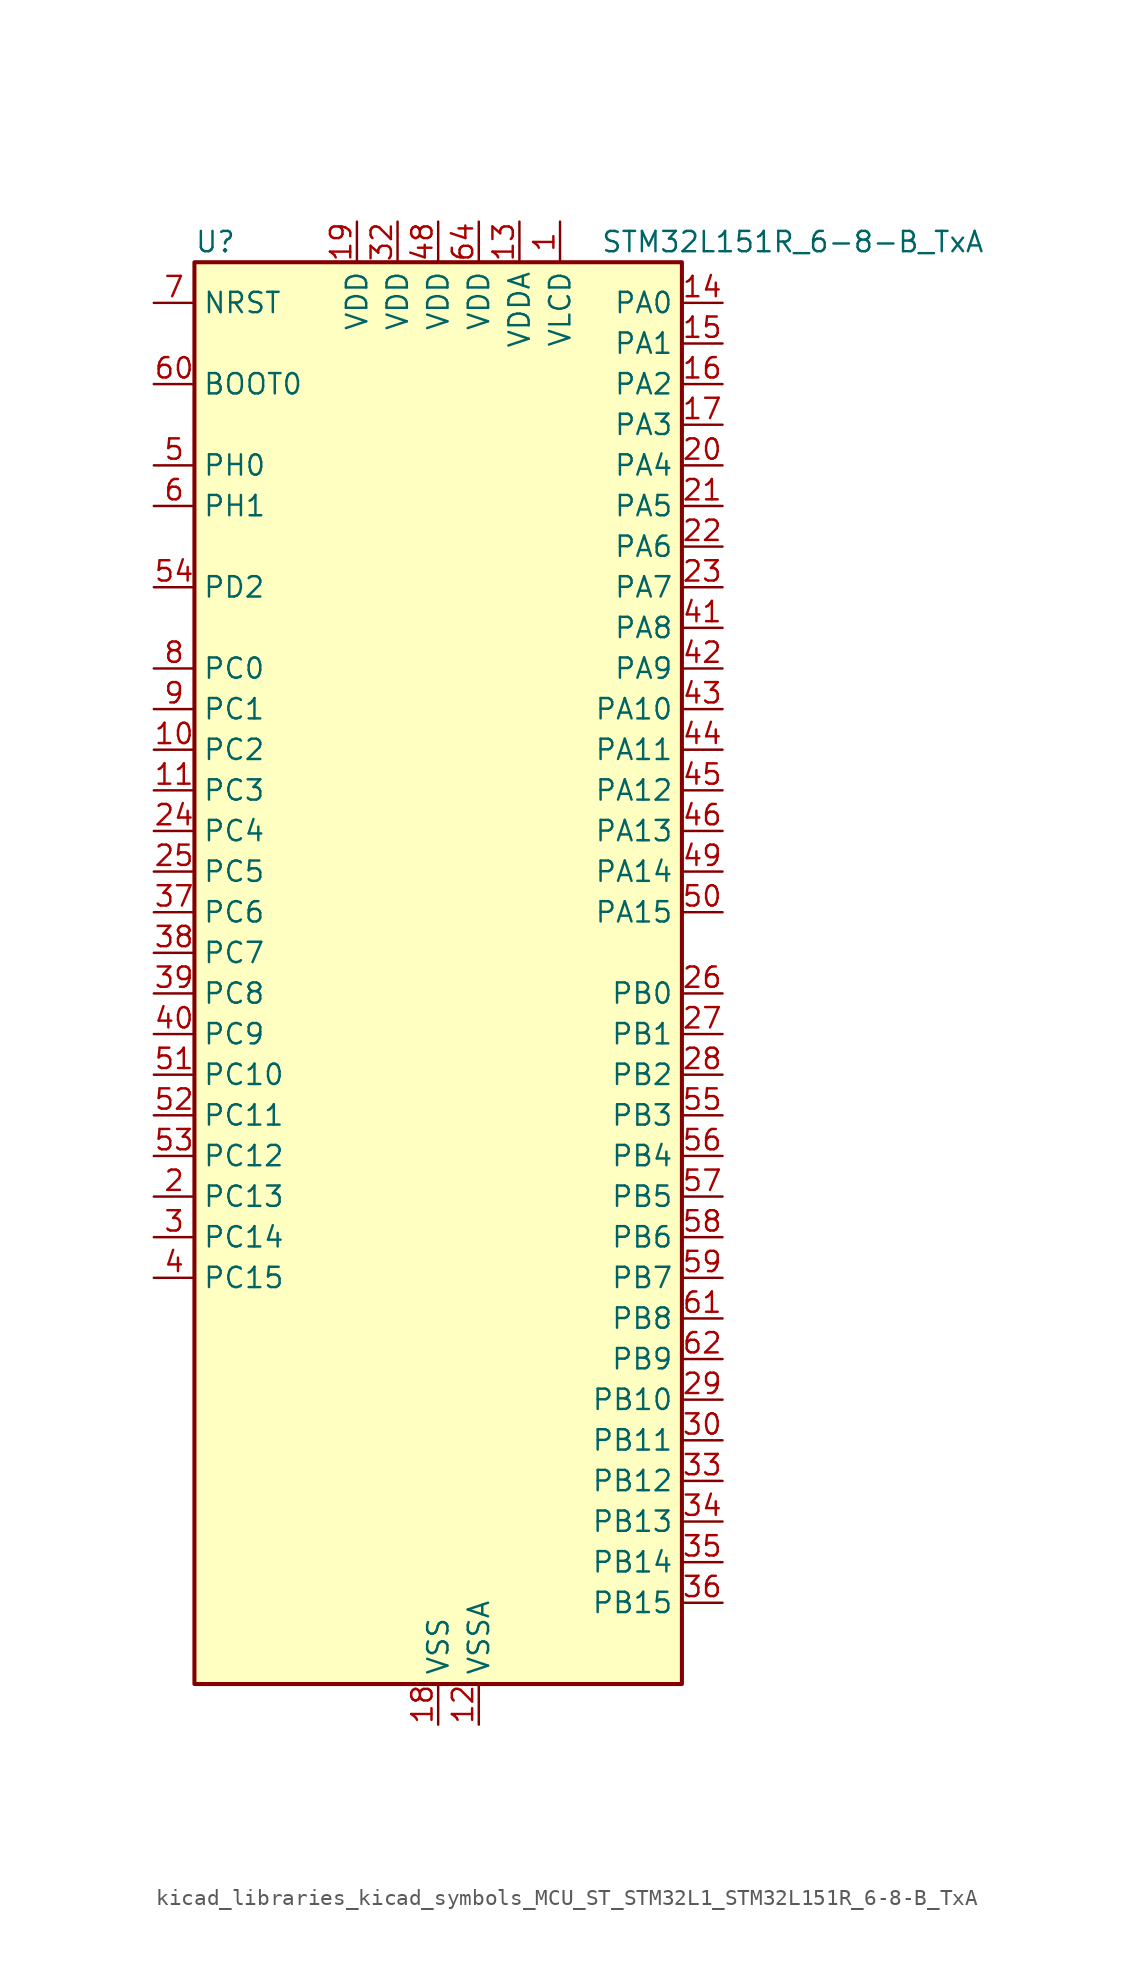
<source format=kicad_sym>
(kicad_symbol_lib
  (version 20220914)
  (generator kicad_symbol_editor)
  (symbol "kicad_libraries_kicad_symbols_MCU_ST_STM32L1_STM32L151R_6-8-B_TxA"
    (property "Reference" "U"
      (at -15.24 46.99 0)
      (effects (font (size 1.27 1.27)) (justify left)))
    (property "Value" "STM32L151R_6-8-B_TxA"
      (at 10.16 46.99 0)
      (effects (font (size 1.27 1.27)) (justify left)))
    (property "ki_locked" ""
      (at 0 0 0)
      (effects (font (size 1.27 1.27))))
    (symbol "kicad_libraries_kicad_symbols_MCU_ST_STM32L1_STM32L151R_6-8-B_TxA_0_1"
      (rectangle (start -15.24 -43.18) (end 15.24 45.72) (stroke (width 0.254) (type default)) (fill (type background))))
    (symbol "kicad_libraries_kicad_symbols_MCU_ST_STM32L1_STM32L151R_6-8-B_TxA_1_1"
      (pin power_in line (at 7.62 48.26 270) (length 2.54) (name "VLCD" (effects (font (size 1.27 1.27)))) (number "1" (effects (font (size 1.27 1.27)))))
      (pin bidirectional line (at -17.78 15.24 0) (length 2.54) (name "PC2" (effects (font (size 1.27 1.27)))) (number "10" (effects (font (size 1.27 1.27)))) (alternate "ADC_IN12" bidirectional line) (alternate "COMP1_INP" bidirectional line) (alternate "TIMX_IC3" bidirectional line) (alternate "TS_G8_IO3" bidirectional line))
      (pin bidirectional line (at -17.78 12.7 0) (length 2.54) (name "PC3" (effects (font (size 1.27 1.27)))) (number "11" (effects (font (size 1.27 1.27)))) (alternate "ADC_IN13" bidirectional line) (alternate "COMP1_INP" bidirectional line) (alternate "TIMX_IC4" bidirectional line) (alternate "TS_G8_IO4" bidirectional line))
      (pin power_in line (at 2.54 -45.72 90) (length 2.54) (name "VSSA" (effects (font (size 1.27 1.27)))) (number "12" (effects (font (size 1.27 1.27)))))
      (pin power_in line (at 5.08 48.26 270) (length 2.54) (name "VDDA" (effects (font (size 1.27 1.27)))) (number "13" (effects (font (size 1.27 1.27)))))
      (pin bidirectional line (at 17.78 43.18 180) (length 2.54) (name "PA0" (effects (font (size 1.27 1.27)))) (number "14" (effects (font (size 1.27 1.27)))) (alternate "ADC_IN0" bidirectional line) (alternate "COMP1_INP" bidirectional line) (alternate "RTC_TAMP2" bidirectional line) (alternate "SYS_WKUP1" bidirectional line) (alternate "TIM2_CH1" bidirectional line) (alternate "TIM2_ETR" bidirectional line) (alternate "TIMX_IC1" bidirectional line) (alternate "TS_G1_IO1" bidirectional line) (alternate "USART2_CTS" bidirectional line))
      (pin bidirectional line (at 17.78 40.64 180) (length 2.54) (name "PA1" (effects (font (size 1.27 1.27)))) (number "15" (effects (font (size 1.27 1.27)))) (alternate "ADC_IN1" bidirectional line) (alternate "COMP1_INP" bidirectional line) (alternate "TIM2_CH2" bidirectional line) (alternate "TIMX_IC2" bidirectional line) (alternate "TS_G1_IO2" bidirectional line) (alternate "USART2_RTS" bidirectional line))
      (pin bidirectional line (at 17.78 38.1 180) (length 2.54) (name "PA2" (effects (font (size 1.27 1.27)))) (number "16" (effects (font (size 1.27 1.27)))) (alternate "ADC_IN2" bidirectional line) (alternate "COMP1_INP" bidirectional line) (alternate "TIM2_CH3" bidirectional line) (alternate "TIM9_CH1" bidirectional line) (alternate "TIMX_IC3" bidirectional line) (alternate "TS_G1_IO3" bidirectional line) (alternate "USART2_TX" bidirectional line))
      (pin bidirectional line (at 17.78 35.56 180) (length 2.54) (name "PA3" (effects (font (size 1.27 1.27)))) (number "17" (effects (font (size 1.27 1.27)))) (alternate "ADC_IN3" bidirectional line) (alternate "COMP1_INP" bidirectional line) (alternate "TIM2_CH4" bidirectional line) (alternate "TIM9_CH2" bidirectional line) (alternate "TIMX_IC4" bidirectional line) (alternate "TS_G1_IO4" bidirectional line) (alternate "USART2_RX" bidirectional line))
      (pin power_in line (at 0 -45.72 90) (length 2.54) (name "VSS" (effects (font (size 1.27 1.27)))) (number "18" (effects (font (size 1.27 1.27)))))
      (pin power_in line (at -5.08 48.26 270) (length 2.54) (name "VDD" (effects (font (size 1.27 1.27)))) (number "19" (effects (font (size 1.27 1.27)))))
      (pin bidirectional line (at -17.78 -12.7 0) (length 2.54) (name "PC13" (effects (font (size 1.27 1.27)))) (number "2" (effects (font (size 1.27 1.27)))) (alternate "RTC_OUT_ALARM" bidirectional line) (alternate "RTC_OUT_CALIB" bidirectional line) (alternate "RTC_TAMP1" bidirectional line) (alternate "RTC_TS" bidirectional line) (alternate "SYS_WKUP2" bidirectional line) (alternate "TIMX_IC2" bidirectional line))
      (pin bidirectional line (at 17.78 33.02 180) (length 2.54) (name "PA4" (effects (font (size 1.27 1.27)))) (number "20" (effects (font (size 1.27 1.27)))) (alternate "ADC_IN4" bidirectional line) (alternate "COMP1_INP" bidirectional line) (alternate "DAC_OUT1" bidirectional line) (alternate "SPI1_NSS" bidirectional line) (alternate "TIMX_IC1" bidirectional line) (alternate "USART2_CK" bidirectional line))
      (pin bidirectional line (at 17.78 30.48 180) (length 2.54) (name "PA5" (effects (font (size 1.27 1.27)))) (number "21" (effects (font (size 1.27 1.27)))) (alternate "ADC_IN5" bidirectional line) (alternate "COMP1_INP" bidirectional line) (alternate "DAC_OUT2" bidirectional line) (alternate "SPI1_SCK" bidirectional line) (alternate "TIM2_CH1" bidirectional line) (alternate "TIM2_ETR" bidirectional line) (alternate "TIMX_IC2" bidirectional line))
      (pin bidirectional line (at 17.78 27.94 180) (length 2.54) (name "PA6" (effects (font (size 1.27 1.27)))) (number "22" (effects (font (size 1.27 1.27)))) (alternate "ADC_IN6" bidirectional line) (alternate "COMP1_INP" bidirectional line) (alternate "SPI1_MISO" bidirectional line) (alternate "TIM10_CH1" bidirectional line) (alternate "TIM3_CH1" bidirectional line) (alternate "TIMX_IC3" bidirectional line) (alternate "TS_G2_IO1" bidirectional line))
      (pin bidirectional line (at 17.78 25.4 180) (length 2.54) (name "PA7" (effects (font (size 1.27 1.27)))) (number "23" (effects (font (size 1.27 1.27)))) (alternate "ADC_IN7" bidirectional line) (alternate "COMP1_INP" bidirectional line) (alternate "SPI1_MOSI" bidirectional line) (alternate "TIM11_CH1" bidirectional line) (alternate "TIM3_CH2" bidirectional line) (alternate "TIMX_IC4" bidirectional line) (alternate "TS_G2_IO2" bidirectional line))
      (pin bidirectional line (at -17.78 10.16 0) (length 2.54) (name "PC4" (effects (font (size 1.27 1.27)))) (number "24" (effects (font (size 1.27 1.27)))) (alternate "ADC_IN14" bidirectional line) (alternate "COMP1_INP" bidirectional line) (alternate "TIMX_IC1" bidirectional line) (alternate "TS_G9_IO1" bidirectional line))
      (pin bidirectional line (at -17.78 7.62 0) (length 2.54) (name "PC5" (effects (font (size 1.27 1.27)))) (number "25" (effects (font (size 1.27 1.27)))) (alternate "ADC_IN15" bidirectional line) (alternate "COMP1_INP" bidirectional line) (alternate "TIMX_IC2" bidirectional line) (alternate "TS_G9_IO2" bidirectional line))
      (pin bidirectional line (at 17.78 0 180) (length 2.54) (name "PB0" (effects (font (size 1.27 1.27)))) (number "26" (effects (font (size 1.27 1.27)))) (alternate "ADC_IN8" bidirectional line) (alternate "COMP1_INP" bidirectional line) (alternate "SYS_V_REF_OUT" bidirectional line) (alternate "TIM3_CH3" bidirectional line) (alternate "TS_G3_IO1" bidirectional line))
      (pin bidirectional line (at 17.78 -2.54 180) (length 2.54) (name "PB1" (effects (font (size 1.27 1.27)))) (number "27" (effects (font (size 1.27 1.27)))) (alternate "ADC_IN9" bidirectional line) (alternate "COMP1_INP" bidirectional line) (alternate "SYS_V_REF_OUT" bidirectional line) (alternate "TIM3_CH4" bidirectional line) (alternate "TS_G3_IO2" bidirectional line))
      (pin bidirectional line (at 17.78 -5.08 180) (length 2.54) (name "PB2" (effects (font (size 1.27 1.27)))) (number "28" (effects (font (size 1.27 1.27)))) (alternate "TS_G3_IO3" bidirectional line))
      (pin bidirectional line (at 17.78 -25.4 180) (length 2.54) (name "PB10" (effects (font (size 1.27 1.27)))) (number "29" (effects (font (size 1.27 1.27)))) (alternate "I2C2_SCL" bidirectional line) (alternate "TIM2_CH3" bidirectional line) (alternate "USART3_TX" bidirectional line))
      (pin bidirectional line (at -17.78 -15.24 0) (length 2.54) (name "PC14" (effects (font (size 1.27 1.27)))) (number "3" (effects (font (size 1.27 1.27)))) (alternate "RCC_OSC32_IN" bidirectional line) (alternate "TIMX_IC3" bidirectional line))
      (pin bidirectional line (at 17.78 -27.94 180) (length 2.54) (name "PB11" (effects (font (size 1.27 1.27)))) (number "30" (effects (font (size 1.27 1.27)))) (alternate "ADC_EXTI11" bidirectional line) (alternate "I2C2_SDA" bidirectional line) (alternate "TIM2_CH4" bidirectional line) (alternate "USART3_RX" bidirectional line))
      (pin passive line (at 0 -45.72 90) (length 2.54) hide (name "VSS" (effects (font (size 1.27 1.27)))) (number "31" (effects (font (size 1.27 1.27)))))
      (pin power_in line (at -2.54 48.26 270) (length 2.54) (name "VDD" (effects (font (size 1.27 1.27)))) (number "32" (effects (font (size 1.27 1.27)))))
      (pin bidirectional line (at 17.78 -30.48 180) (length 2.54) (name "PB12" (effects (font (size 1.27 1.27)))) (number "33" (effects (font (size 1.27 1.27)))) (alternate "ADC_IN18" bidirectional line) (alternate "COMP1_INP" bidirectional line) (alternate "I2C2_SMBA" bidirectional line) (alternate "SPI2_NSS" bidirectional line) (alternate "TIM10_CH1" bidirectional line) (alternate "TS_G7_IO1" bidirectional line) (alternate "USART3_CK" bidirectional line))
      (pin bidirectional line (at 17.78 -33.02 180) (length 2.54) (name "PB13" (effects (font (size 1.27 1.27)))) (number "34" (effects (font (size 1.27 1.27)))) (alternate "ADC_IN19" bidirectional line) (alternate "COMP1_INP" bidirectional line) (alternate "SPI2_SCK" bidirectional line) (alternate "TIM9_CH1" bidirectional line) (alternate "TS_G7_IO2" bidirectional line) (alternate "USART3_CTS" bidirectional line))
      (pin bidirectional line (at 17.78 -35.56 180) (length 2.54) (name "PB14" (effects (font (size 1.27 1.27)))) (number "35" (effects (font (size 1.27 1.27)))) (alternate "ADC_IN20" bidirectional line) (alternate "COMP1_INP" bidirectional line) (alternate "SPI2_MISO" bidirectional line) (alternate "TIM9_CH2" bidirectional line) (alternate "TS_G7_IO3" bidirectional line) (alternate "USART3_RTS" bidirectional line))
      (pin bidirectional line (at 17.78 -38.1 180) (length 2.54) (name "PB15" (effects (font (size 1.27 1.27)))) (number "36" (effects (font (size 1.27 1.27)))) (alternate "ADC_EXTI15" bidirectional line) (alternate "ADC_IN21" bidirectional line) (alternate "COMP1_INP" bidirectional line) (alternate "RTC_REFIN" bidirectional line) (alternate "SPI2_MOSI" bidirectional line) (alternate "TIM11_CH1" bidirectional line) (alternate "TS_G7_IO4" bidirectional line))
      (pin bidirectional line (at -17.78 5.08 0) (length 2.54) (name "PC6" (effects (font (size 1.27 1.27)))) (number "37" (effects (font (size 1.27 1.27)))) (alternate "TIM3_CH1" bidirectional line) (alternate "TIMX_IC3" bidirectional line) (alternate "TS_G10_IO1" bidirectional line))
      (pin bidirectional line (at -17.78 2.54 0) (length 2.54) (name "PC7" (effects (font (size 1.27 1.27)))) (number "38" (effects (font (size 1.27 1.27)))) (alternate "TIM3_CH2" bidirectional line) (alternate "TIMX_IC4" bidirectional line) (alternate "TS_G10_IO2" bidirectional line))
      (pin bidirectional line (at -17.78 0 0) (length 2.54) (name "PC8" (effects (font (size 1.27 1.27)))) (number "39" (effects (font (size 1.27 1.27)))) (alternate "TIM3_CH3" bidirectional line) (alternate "TIMX_IC1" bidirectional line) (alternate "TS_G10_IO3" bidirectional line))
      (pin bidirectional line (at -17.78 -17.78 0) (length 2.54) (name "PC15" (effects (font (size 1.27 1.27)))) (number "4" (effects (font (size 1.27 1.27)))) (alternate "ADC_EXTI15" bidirectional line) (alternate "RCC_OSC32_OUT" bidirectional line) (alternate "TIMX_IC4" bidirectional line))
      (pin bidirectional line (at -17.78 -2.54 0) (length 2.54) (name "PC9" (effects (font (size 1.27 1.27)))) (number "40" (effects (font (size 1.27 1.27)))) (alternate "DAC_EXTI9" bidirectional line) (alternate "TIM3_CH4" bidirectional line) (alternate "TIMX_IC2" bidirectional line) (alternate "TS_G10_IO4" bidirectional line))
      (pin bidirectional line (at 17.78 22.86 180) (length 2.54) (name "PA8" (effects (font (size 1.27 1.27)))) (number "41" (effects (font (size 1.27 1.27)))) (alternate "RCC_MCO" bidirectional line) (alternate "TIMX_IC1" bidirectional line) (alternate "TS_G4_IO1" bidirectional line) (alternate "USART1_CK" bidirectional line))
      (pin bidirectional line (at 17.78 20.32 180) (length 2.54) (name "PA9" (effects (font (size 1.27 1.27)))) (number "42" (effects (font (size 1.27 1.27)))) (alternate "DAC_EXTI9" bidirectional line) (alternate "TIMX_IC2" bidirectional line) (alternate "TS_G4_IO2" bidirectional line) (alternate "USART1_TX" bidirectional line))
      (pin bidirectional line (at 17.78 17.78 180) (length 2.54) (name "PA10" (effects (font (size 1.27 1.27)))) (number "43" (effects (font (size 1.27 1.27)))) (alternate "TIMX_IC3" bidirectional line) (alternate "TS_G4_IO3" bidirectional line) (alternate "USART1_RX" bidirectional line))
      (pin bidirectional line (at 17.78 15.24 180) (length 2.54) (name "PA11" (effects (font (size 1.27 1.27)))) (number "44" (effects (font (size 1.27 1.27)))) (alternate "ADC_EXTI11" bidirectional line) (alternate "SPI1_MISO" bidirectional line) (alternate "TIMX_IC4" bidirectional line) (alternate "USART1_CTS" bidirectional line) (alternate "USB_DM" bidirectional line))
      (pin bidirectional line (at 17.78 12.7 180) (length 2.54) (name "PA12" (effects (font (size 1.27 1.27)))) (number "45" (effects (font (size 1.27 1.27)))) (alternate "SPI1_MOSI" bidirectional line) (alternate "TIMX_IC1" bidirectional line) (alternate "USART1_RTS" bidirectional line) (alternate "USB_DP" bidirectional line))
      (pin bidirectional line (at 17.78 10.16 180) (length 2.54) (name "PA13" (effects (font (size 1.27 1.27)))) (number "46" (effects (font (size 1.27 1.27)))) (alternate "SYS_JTMS-SWDIO" bidirectional line) (alternate "TIMX_IC2" bidirectional line) (alternate "TS_G5_IO1" bidirectional line))
      (pin passive line (at 0 -45.72 90) (length 2.54) hide (name "VSS" (effects (font (size 1.27 1.27)))) (number "47" (effects (font (size 1.27 1.27)))))
      (pin power_in line (at 0 48.26 270) (length 2.54) (name "VDD" (effects (font (size 1.27 1.27)))) (number "48" (effects (font (size 1.27 1.27)))))
      (pin bidirectional line (at 17.78 7.62 180) (length 2.54) (name "PA14" (effects (font (size 1.27 1.27)))) (number "49" (effects (font (size 1.27 1.27)))) (alternate "SYS_JTCK-SWCLK" bidirectional line) (alternate "TIMX_IC3" bidirectional line) (alternate "TS_G5_IO2" bidirectional line))
      (pin bidirectional line (at -17.78 33.02 0) (length 2.54) (name "PH0" (effects (font (size 1.27 1.27)))) (number "5" (effects (font (size 1.27 1.27)))) (alternate "RCC_OSC_IN" bidirectional line))
      (pin bidirectional line (at 17.78 5.08 180) (length 2.54) (name "PA15" (effects (font (size 1.27 1.27)))) (number "50" (effects (font (size 1.27 1.27)))) (alternate "ADC_EXTI15" bidirectional line) (alternate "SPI1_NSS" bidirectional line) (alternate "SYS_JTDI" bidirectional line) (alternate "TIM2_CH1" bidirectional line) (alternate "TIM2_ETR" bidirectional line) (alternate "TIMX_IC4" bidirectional line) (alternate "TS_G5_IO3" bidirectional line))
      (pin bidirectional line (at -17.78 -5.08 0) (length 2.54) (name "PC10" (effects (font (size 1.27 1.27)))) (number "51" (effects (font (size 1.27 1.27)))) (alternate "TIMX_IC3" bidirectional line) (alternate "USART3_TX" bidirectional line))
      (pin bidirectional line (at -17.78 -7.62 0) (length 2.54) (name "PC11" (effects (font (size 1.27 1.27)))) (number "52" (effects (font (size 1.27 1.27)))) (alternate "ADC_EXTI11" bidirectional line) (alternate "TIMX_IC4" bidirectional line) (alternate "USART3_RX" bidirectional line))
      (pin bidirectional line (at -17.78 -10.16 0) (length 2.54) (name "PC12" (effects (font (size 1.27 1.27)))) (number "53" (effects (font (size 1.27 1.27)))) (alternate "TIMX_IC1" bidirectional line) (alternate "USART3_CK" bidirectional line))
      (pin bidirectional line (at -17.78 25.4 0) (length 2.54) (name "PD2" (effects (font (size 1.27 1.27)))) (number "54" (effects (font (size 1.27 1.27)))) (alternate "TIM3_ETR" bidirectional line) (alternate "TIMX_IC3" bidirectional line))
      (pin bidirectional line (at 17.78 -7.62 180) (length 2.54) (name "PB3" (effects (font (size 1.27 1.27)))) (number "55" (effects (font (size 1.27 1.27)))) (alternate "COMP2_INM" bidirectional line) (alternate "SPI1_SCK" bidirectional line) (alternate "SYS_JTDO-TRACESWO" bidirectional line) (alternate "TIM2_CH2" bidirectional line))
      (pin bidirectional line (at 17.78 -10.16 180) (length 2.54) (name "PB4" (effects (font (size 1.27 1.27)))) (number "56" (effects (font (size 1.27 1.27)))) (alternate "COMP2_INP" bidirectional line) (alternate "SPI1_MISO" bidirectional line) (alternate "SYS_JTRST" bidirectional line) (alternate "TIM3_CH1" bidirectional line) (alternate "TS_G6_IO1" bidirectional line))
      (pin bidirectional line (at 17.78 -12.7 180) (length 2.54) (name "PB5" (effects (font (size 1.27 1.27)))) (number "57" (effects (font (size 1.27 1.27)))) (alternate "COMP2_INP" bidirectional line) (alternate "I2C1_SMBA" bidirectional line) (alternate "SPI1_MOSI" bidirectional line) (alternate "TIM3_CH2" bidirectional line) (alternate "TS_G6_IO2" bidirectional line))
      (pin bidirectional line (at 17.78 -15.24 180) (length 2.54) (name "PB6" (effects (font (size 1.27 1.27)))) (number "58" (effects (font (size 1.27 1.27)))) (alternate "I2C1_SCL" bidirectional line) (alternate "TIM4_CH1" bidirectional line) (alternate "TS_G6_IO3" bidirectional line) (alternate "USART1_TX" bidirectional line))
      (pin bidirectional line (at 17.78 -17.78 180) (length 2.54) (name "PB7" (effects (font (size 1.27 1.27)))) (number "59" (effects (font (size 1.27 1.27)))) (alternate "I2C1_SDA" bidirectional line) (alternate "SYS_PVD_IN" bidirectional line) (alternate "TIM4_CH2" bidirectional line) (alternate "TS_G6_IO4" bidirectional line) (alternate "USART1_RX" bidirectional line))
      (pin bidirectional line (at -17.78 30.48 0) (length 2.54) (name "PH1" (effects (font (size 1.27 1.27)))) (number "6" (effects (font (size 1.27 1.27)))) (alternate "RCC_OSC_OUT" bidirectional line))
      (pin input line (at -17.78 38.1 0) (length 2.54) (name "BOOT0" (effects (font (size 1.27 1.27)))) (number "60" (effects (font (size 1.27 1.27)))))
      (pin bidirectional line (at 17.78 -20.32 180) (length 2.54) (name "PB8" (effects (font (size 1.27 1.27)))) (number "61" (effects (font (size 1.27 1.27)))) (alternate "I2C1_SCL" bidirectional line) (alternate "TIM10_CH1" bidirectional line) (alternate "TIM4_CH3" bidirectional line))
      (pin bidirectional line (at 17.78 -22.86 180) (length 2.54) (name "PB9" (effects (font (size 1.27 1.27)))) (number "62" (effects (font (size 1.27 1.27)))) (alternate "DAC_EXTI9" bidirectional line) (alternate "I2C1_SDA" bidirectional line) (alternate "TIM11_CH1" bidirectional line) (alternate "TIM4_CH4" bidirectional line))
      (pin passive line (at 0 -45.72 90) (length 2.54) hide (name "VSS" (effects (font (size 1.27 1.27)))) (number "63" (effects (font (size 1.27 1.27)))))
      (pin power_in line (at 2.54 48.26 270) (length 2.54) (name "VDD" (effects (font (size 1.27 1.27)))) (number "64" (effects (font (size 1.27 1.27)))))
      (pin input line (at -17.78 43.18 0) (length 2.54) (name "NRST" (effects (font (size 1.27 1.27)))) (number "7" (effects (font (size 1.27 1.27)))))
      (pin bidirectional line (at -17.78 20.32 0) (length 2.54) (name "PC0" (effects (font (size 1.27 1.27)))) (number "8" (effects (font (size 1.27 1.27)))) (alternate "ADC_IN10" bidirectional line) (alternate "COMP1_INP" bidirectional line) (alternate "TIMX_IC1" bidirectional line) (alternate "TS_G8_IO1" bidirectional line))
      (pin bidirectional line (at -17.78 17.78 0) (length 2.54) (name "PC1" (effects (font (size 1.27 1.27)))) (number "9" (effects (font (size 1.27 1.27)))) (alternate "ADC_IN11" bidirectional line) (alternate "COMP1_INP" bidirectional line) (alternate "TIMX_IC2" bidirectional line) (alternate "TS_G8_IO2" bidirectional line)))))
</source>
